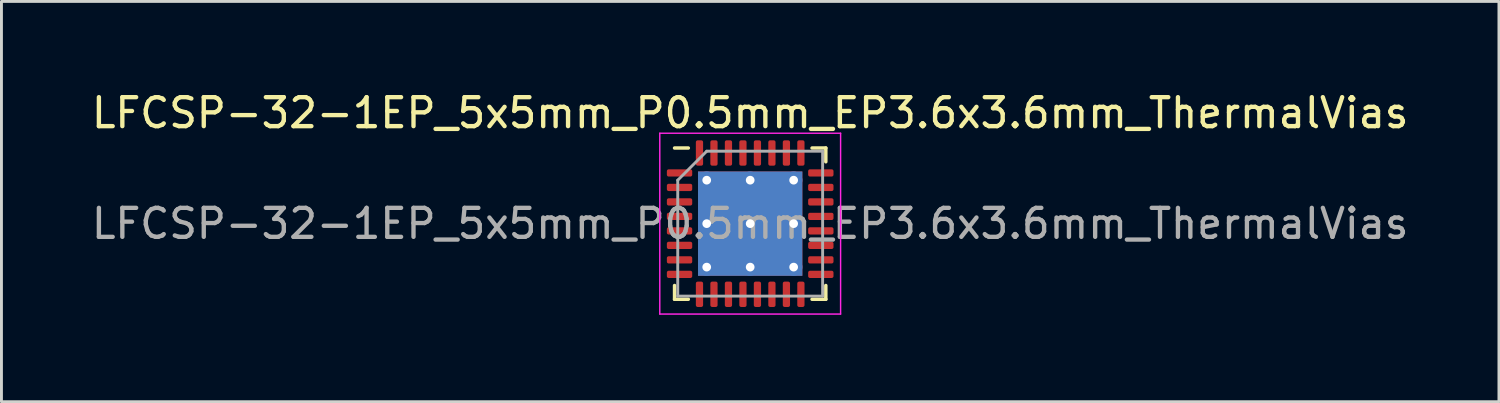
<source format=kicad_pcb>
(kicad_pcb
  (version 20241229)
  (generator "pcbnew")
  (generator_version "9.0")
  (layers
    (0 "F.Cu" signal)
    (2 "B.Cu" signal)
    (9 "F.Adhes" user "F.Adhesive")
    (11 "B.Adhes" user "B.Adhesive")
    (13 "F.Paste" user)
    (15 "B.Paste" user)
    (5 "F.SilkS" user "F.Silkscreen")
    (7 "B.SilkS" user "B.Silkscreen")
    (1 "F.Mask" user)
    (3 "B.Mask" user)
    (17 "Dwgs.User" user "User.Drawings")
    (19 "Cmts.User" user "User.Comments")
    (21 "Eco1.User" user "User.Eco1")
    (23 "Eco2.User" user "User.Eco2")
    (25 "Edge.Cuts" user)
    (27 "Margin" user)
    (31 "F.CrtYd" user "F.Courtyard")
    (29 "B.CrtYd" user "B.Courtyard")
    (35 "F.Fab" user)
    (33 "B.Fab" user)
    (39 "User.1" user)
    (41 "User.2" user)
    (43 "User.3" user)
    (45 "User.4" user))
  (footprint "LFCSP-32-1EP_5x5mm_P0.5mm_EP3.6x3.6mm_ThermalVias"
    (layer "F.Cu")
    (at 22.839 4.668)
    (property "Reference" "LFCSP-32-1EP_5x5mm_P0.5mm_EP3.6x3.6mm_ThermalVias" (at 0 -3.82 0) (layer "F.SilkS") (effects (font (size 1 1) (thickness 0.15))))
    (attr smd)
    (fp_line (start -2.61 2.61) (end -2.61 2.135) (stroke (width 0.12) (type solid)) (layer "F.SilkS"))
    (fp_line (start -2.135 -2.61) (end -2.61 -2.61) (stroke (width 0.12) (type solid)) (layer "F.SilkS"))
    (fp_line (start -2.135 2.61) (end -2.61 2.61) (stroke (width 0.12) (type solid)) (layer "F.SilkS"))
    (fp_line (start 2.135 -2.61) (end 2.61 -2.61) (stroke (width 0.12) (type solid)) (layer "F.SilkS"))
    (fp_line (start 2.135 2.61) (end 2.61 2.61) (stroke (width 0.12) (type solid)) (layer "F.SilkS"))
    (fp_line (start 2.61 -2.61) (end 2.61 -2.135) (stroke (width 0.12) (type solid)) (layer "F.SilkS"))
    (fp_line (start 2.61 2.61) (end 2.61 2.135) (stroke (width 0.12) (type solid)) (layer "F.SilkS"))
    (fp_line (start -3.12 -3.12) (end -3.12 3.12) (stroke (width 0.05) (type solid)) (layer "F.CrtYd"))
    (fp_line (start -3.12 3.12) (end 3.12 3.12) (stroke (width 0.05) (type solid)) (layer "F.CrtYd"))
    (fp_line (start 3.12 -3.12) (end -3.12 -3.12) (stroke (width 0.05) (type solid)) (layer "F.CrtYd"))
    (fp_line (start 3.12 3.12) (end 3.12 -3.12) (stroke (width 0.05) (type solid)) (layer "F.CrtYd"))
    (fp_line (start -2.5 -1.5) (end -1.5 -2.5) (stroke (width 0.1) (type solid)) (layer "F.Fab"))
    (fp_line (start -2.5 2.5) (end -2.5 -1.5) (stroke (width 0.1) (type solid)) (layer "F.Fab"))
    (fp_line (start -1.5 -2.5) (end 2.5 -2.5) (stroke (width 0.1) (type solid)) (layer "F.Fab"))
    (fp_line (start 2.5 -2.5) (end 2.5 2.5) (stroke (width 0.1) (type solid)) (layer "F.Fab"))
    (fp_line (start 2.5 2.5) (end -2.5 2.5) (stroke (width 0.1) (type solid)) (layer "F.Fab"))
    (fp_text user "${REFERENCE}" (at 0 0 0) (layer "F.Fab") (effects (font (size 1 1) (thickness 0.15))))
    (pad "" smd roundrect (at -0.9 -0.9) (size 1.51 1.51) (layers "F.Paste") (roundrect_rratio 0.166))
    (pad "" smd roundrect (at -0.9 0.9) (size 1.51 1.51) (layers "F.Paste") (roundrect_rratio 0.166))
    (pad "" smd roundrect (at 0.9 -0.9) (size 1.51 1.51) (layers "F.Paste") (roundrect_rratio 0.166))
    (pad "" smd roundrect (at 0.9 0.9) (size 1.51 1.51) (layers "F.Paste") (roundrect_rratio 0.166))
    (pad "1" smd roundrect (at -2.438 -1.75) (size 0.875 0.25) (layers "F.Cu" "F.Mask" "F.Paste") (roundrect_rratio 0.25))
    (pad "2" smd roundrect (at -2.438 -1.25) (size 0.875 0.25) (layers "F.Cu" "F.Mask" "F.Paste") (roundrect_rratio 0.25))
    (pad "3" smd roundrect (at -2.438 -0.75) (size 0.875 0.25) (layers "F.Cu" "F.Mask" "F.Paste") (roundrect_rratio 0.25))
    (pad "4" smd roundrect (at -2.438 -0.25) (size 0.875 0.25) (layers "F.Cu" "F.Mask" "F.Paste") (roundrect_rratio 0.25))
    (pad "5" smd roundrect (at -2.438 0.25) (size 0.875 0.25) (layers "F.Cu" "F.Mask" "F.Paste") (roundrect_rratio 0.25))
    (pad "6" smd roundrect (at -2.438 0.75) (size 0.875 0.25) (layers "F.Cu" "F.Mask" "F.Paste") (roundrect_rratio 0.25))
    (pad "7" smd roundrect (at -2.438 1.25) (size 0.875 0.25) (layers "F.Cu" "F.Mask" "F.Paste") (roundrect_rratio 0.25))
    (pad "8" smd roundrect (at -2.438 1.75) (size 0.875 0.25) (layers "F.Cu" "F.Mask" "F.Paste") (roundrect_rratio 0.25))
    (pad "9" smd roundrect (at -1.75 2.438) (size 0.25 0.875) (layers "F.Cu" "F.Mask" "F.Paste") (roundrect_rratio 0.25))
    (pad "10" smd roundrect (at -1.25 2.438) (size 0.25 0.875) (layers "F.Cu" "F.Mask" "F.Paste") (roundrect_rratio 0.25))
    (pad "11" smd roundrect (at -0.75 2.438) (size 0.25 0.875) (layers "F.Cu" "F.Mask" "F.Paste") (roundrect_rratio 0.25))
    (pad "12" smd roundrect (at -0.25 2.438) (size 0.25 0.875) (layers "F.Cu" "F.Mask" "F.Paste") (roundrect_rratio 0.25))
    (pad "13" smd roundrect (at 0.25 2.438) (size 0.25 0.875) (layers "F.Cu" "F.Mask" "F.Paste") (roundrect_rratio 0.25))
    (pad "14" smd roundrect (at 0.75 2.438) (size 0.25 0.875) (layers "F.Cu" "F.Mask" "F.Paste") (roundrect_rratio 0.25))
    (pad "15" smd roundrect (at 1.25 2.438) (size 0.25 0.875) (layers "F.Cu" "F.Mask" "F.Paste") (roundrect_rratio 0.25))
    (pad "16" smd roundrect (at 1.75 2.438) (size 0.25 0.875) (layers "F.Cu" "F.Mask" "F.Paste") (roundrect_rratio 0.25))
    (pad "17" smd roundrect (at 2.438 1.75) (size 0.875 0.25) (layers "F.Cu" "F.Mask" "F.Paste") (roundrect_rratio 0.25))
    (pad "18" smd roundrect (at 2.438 1.25) (size 0.875 0.25) (layers "F.Cu" "F.Mask" "F.Paste") (roundrect_rratio 0.25))
    (pad "19" smd roundrect (at 2.438 0.75) (size 0.875 0.25) (layers "F.Cu" "F.Mask" "F.Paste") (roundrect_rratio 0.25))
    (pad "20" smd roundrect (at 2.438 0.25) (size 0.875 0.25) (layers "F.Cu" "F.Mask" "F.Paste") (roundrect_rratio 0.25))
    (pad "21" smd roundrect (at 2.438 -0.25) (size 0.875 0.25) (layers "F.Cu" "F.Mask" "F.Paste") (roundrect_rratio 0.25))
    (pad "22" smd roundrect (at 2.438 -0.75) (size 0.875 0.25) (layers "F.Cu" "F.Mask" "F.Paste") (roundrect_rratio 0.25))
    (pad "23" smd roundrect (at 2.438 -1.25) (size 0.875 0.25) (layers "F.Cu" "F.Mask" "F.Paste") (roundrect_rratio 0.25))
    (pad "24" smd roundrect (at 2.438 -1.75) (size 0.875 0.25) (layers "F.Cu" "F.Mask" "F.Paste") (roundrect_rratio 0.25))
    (pad "25" smd roundrect (at 1.75 -2.438) (size 0.25 0.875) (layers "F.Cu" "F.Mask" "F.Paste") (roundrect_rratio 0.25))
    (pad "26" smd roundrect (at 1.25 -2.438) (size 0.25 0.875) (layers "F.Cu" "F.Mask" "F.Paste") (roundrect_rratio 0.25))
    (pad "27" smd roundrect (at 0.75 -2.438) (size 0.25 0.875) (layers "F.Cu" "F.Mask" "F.Paste") (roundrect_rratio 0.25))
    (pad "28" smd roundrect (at 0.25 -2.438) (size 0.25 0.875) (layers "F.Cu" "F.Mask" "F.Paste") (roundrect_rratio 0.25))
    (pad "29" smd roundrect (at -0.25 -2.438) (size 0.25 0.875) (layers "F.Cu" "F.Mask" "F.Paste") (roundrect_rratio 0.25))
    (pad "30" smd roundrect (at -0.75 -2.438) (size 0.25 0.875) (layers "F.Cu" "F.Mask" "F.Paste") (roundrect_rratio 0.25))
    (pad "31" smd roundrect (at -1.25 -2.438) (size 0.25 0.875) (layers "F.Cu" "F.Mask" "F.Paste") (roundrect_rratio 0.25))
    (pad "32" smd roundrect (at -1.75 -2.438) (size 0.25 0.875) (layers "F.Cu" "F.Mask" "F.Paste") (roundrect_rratio 0.25))
    (pad "33" thru_hole circle (at -1.5 -1.5) (size 0.6 0.6) (drill 0.3) (layers "*.Cu"))
    (pad "33" thru_hole circle (at -1.5 0) (size 0.6 0.6) (drill 0.3) (layers "*.Cu"))
    (pad "33" thru_hole circle (at -1.5 1.5) (size 0.6 0.6) (drill 0.3) (layers "*.Cu"))
    (pad "33" thru_hole circle (at 0 -1.5) (size 0.6 0.6) (drill 0.3) (layers "*.Cu"))
    (pad "33" thru_hole circle (at 0 0) (size 0.6 0.6) (drill 0.3) (layers "*.Cu"))
    (pad "33" smd rect (at 0 0) (size 3.6 3.6) (layers "F.Cu" "F.Mask"))
    (pad "33" smd rect (at 0 0) (size 3.6 3.6) (layers "B.Cu"))
    (pad "33" thru_hole circle (at 0 1.5) (size 0.6 0.6) (drill 0.3) (layers "*.Cu"))
    (pad "33" thru_hole circle (at 1.5 -1.5) (size 0.6 0.6) (drill 0.3) (layers "*.Cu"))
    (pad "33" thru_hole circle (at 1.5 0) (size 0.6 0.6) (drill 0.3) (layers "*.Cu"))
    (pad "33" thru_hole circle (at 1.5 1.5) (size 0.6 0.6) (drill 0.3) (layers "*.Cu")))
  (gr_rect
    (start -3 -3)
    (end 48.679 10.813)
    (stroke (width 0.1) (type default))
    (fill no)
    (layer "Edge.Cuts")))
</source>
